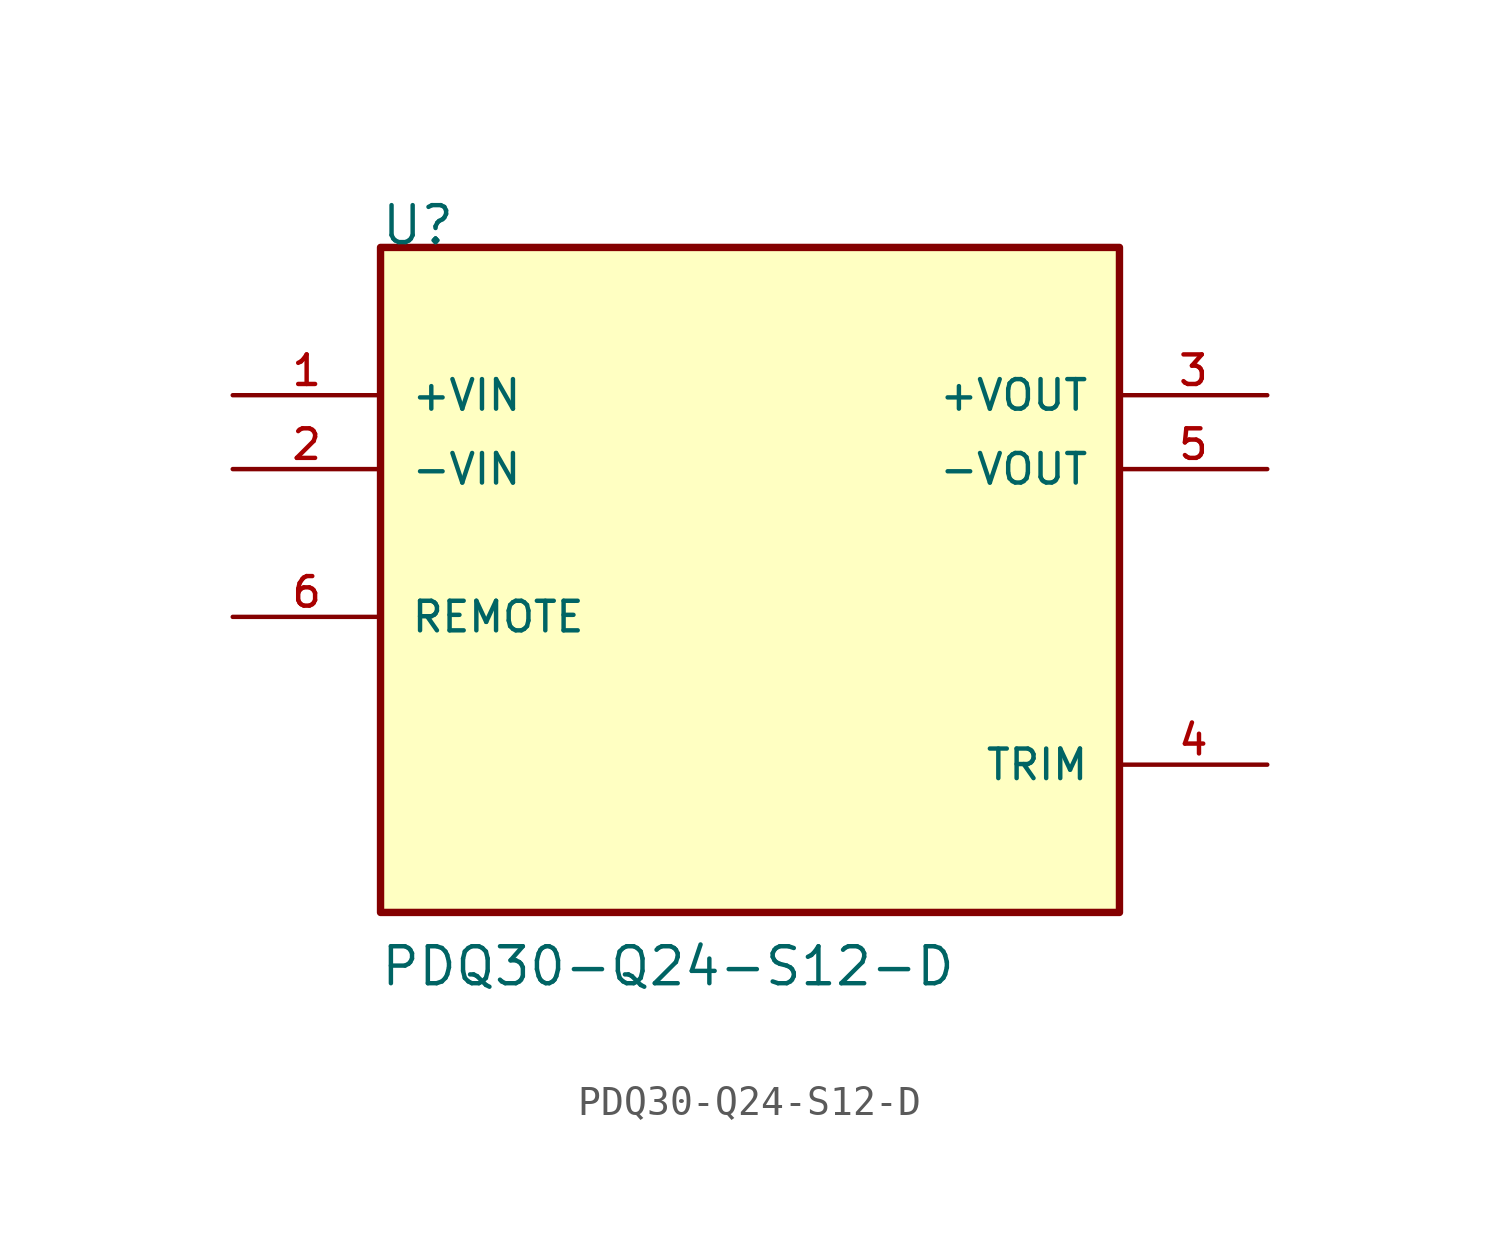
<source format=kicad_sym>
(kicad_symbol_lib
  (version 20211014)
  (generator kicad_symbol_editor)
  (symbol "PDQ30-Q24-S12-D"
    (pin_names
      (offset 1.016))
    (property "Reference" "U"
      (at -12.724 10.18 0)
      (effects (font (size 1.27 1.27)) (justify bottom left)))
    (property "Value" "PDQ30-Q24-S12-D"
      (at -12.746 -15.295 0)
      (effects (font (size 1.27 1.27)) (justify bottom left)))
    (symbol "PDQ30-Q24-S12-D_0_0"
      (rectangle (start -12.7 -12.7) (end 12.7 10.16) (stroke (width 0.254)) (fill (type background)))
      (pin input line (at -17.78 5.08 0) (length 5.08) (name "+VIN" (effects (font (size 1.016 1.016)))) (number "1" (effects (font (size 1.016 1.016)))))
      (pin input line (at -17.78 2.54 0) (length 5.08) (name "-VIN" (effects (font (size 1.016 1.016)))) (number "2" (effects (font (size 1.016 1.016)))))
      (pin output line (at 17.78 5.08 180.0) (length 5.08) (name "+VOUT" (effects (font (size 1.016 1.016)))) (number "3" (effects (font (size 1.016 1.016)))))
      (pin passive line (at 17.78 -7.62 180.0) (length 5.08) (name "TRIM" (effects (font (size 1.016 1.016)))) (number "4" (effects (font (size 1.016 1.016)))))
      (pin output line (at 17.78 2.54 180.0) (length 5.08) (name "-VOUT" (effects (font (size 1.016 1.016)))) (number "5" (effects (font (size 1.016 1.016)))))
      (pin input line (at -17.78 -2.54 0) (length 5.08) (name "REMOTE" (effects (font (size 1.016 1.016)))) (number "6" (effects (font (size 1.016 1.016))))))))
</source>
